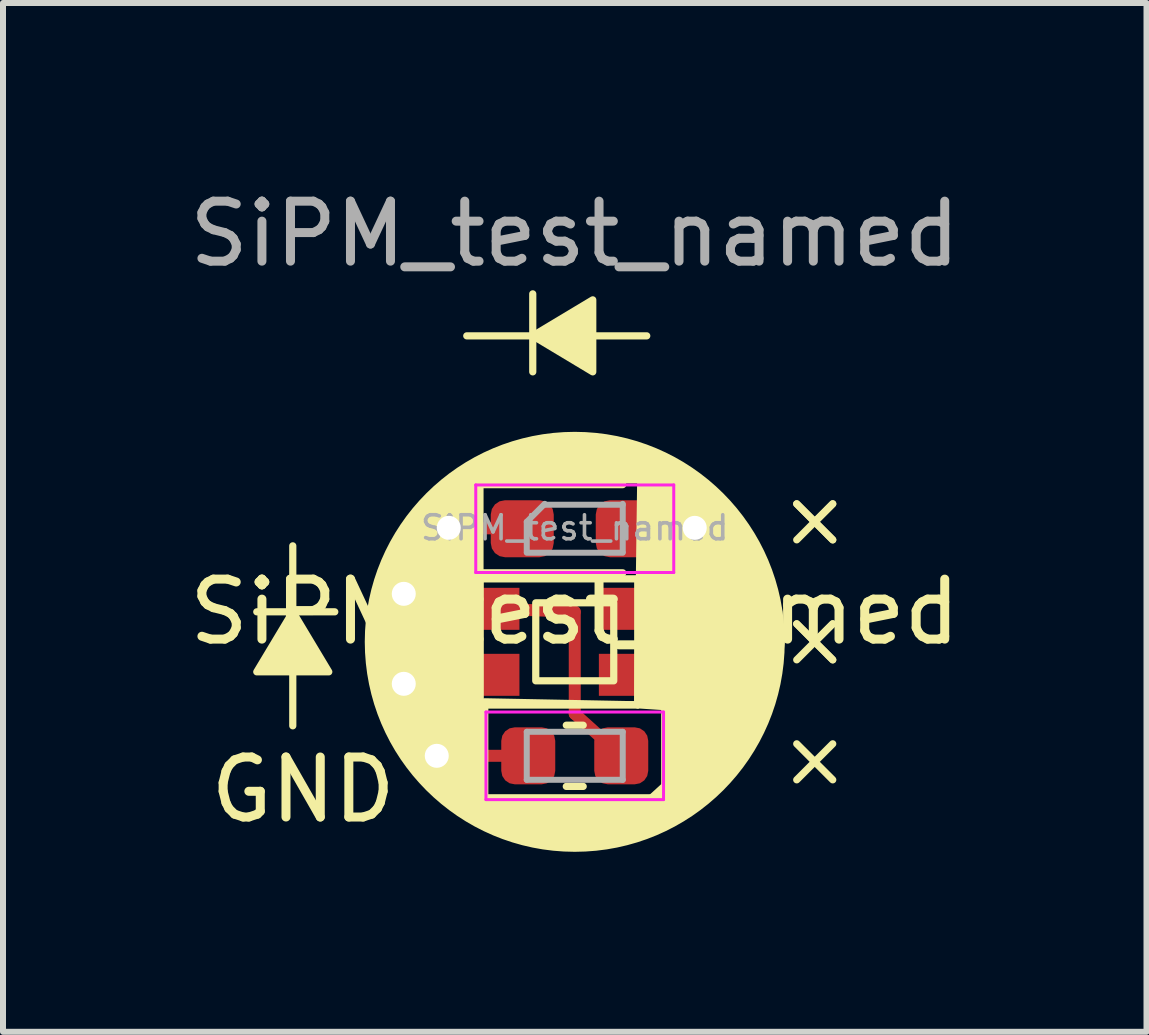
<source format=kicad_pcb>
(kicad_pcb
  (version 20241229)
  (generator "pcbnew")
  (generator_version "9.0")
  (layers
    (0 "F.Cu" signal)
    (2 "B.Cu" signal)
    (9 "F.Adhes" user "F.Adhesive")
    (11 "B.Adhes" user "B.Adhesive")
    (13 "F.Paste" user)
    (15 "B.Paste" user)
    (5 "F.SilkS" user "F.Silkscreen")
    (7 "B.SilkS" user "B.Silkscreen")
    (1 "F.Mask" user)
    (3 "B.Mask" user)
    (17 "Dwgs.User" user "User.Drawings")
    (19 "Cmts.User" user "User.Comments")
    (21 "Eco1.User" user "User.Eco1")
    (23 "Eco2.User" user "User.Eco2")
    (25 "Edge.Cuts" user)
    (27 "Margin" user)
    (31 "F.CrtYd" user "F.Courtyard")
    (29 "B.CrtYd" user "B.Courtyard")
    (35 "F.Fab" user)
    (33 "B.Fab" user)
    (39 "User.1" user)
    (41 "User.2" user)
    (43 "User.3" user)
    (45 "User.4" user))
  (footprint "SiPM_test_named"
    (layer "F.Cu")
    (at 6.53 7.648)
    (property "Reference" "SiPM_test_named" (at 0 -0.5 0) (unlocked yes) (layer "F.SilkS") (effects (font (size 1 1) (thickness 0.15))))
    (attr smd)
    (fp_line (start -2.85 -0.8) (end -2.3 -0.55) (stroke (width 0.2) (type default)) (layer "F.Cu"))
    (fp_line (start -2.85 0.7) (end -2.3 0.5) (stroke (width 0.2) (type default)) (layer "F.Cu"))
    (fp_line (start -2.3 -0.55) (end -1.272 -0.55) (stroke (width 0.2) (type default)) (layer "F.Cu"))
    (fp_line (start -2.1 -1.9) (end -0.875 -1.885) (stroke (width 0.2) (type default)) (layer "F.Cu"))
    (fp_line (start -1.272 -0.55) (end 0 -0.5) (stroke (width 0.2) (type default)) (layer "F.Cu"))
    (fp_line (start -1.272 0.5) (end -2.3 0.5) (stroke (width 0.2) (type default)) (layer "F.Cu"))
    (fp_line (start -0.775 1.9) (end -2.3 1.9) (stroke (width 0.2) (type default)) (layer "F.Cu"))
    (fp_line (start 0 -0.5) (end 0 1.2) (stroke (width 0.2) (type default)) (layer "F.Cu"))
    (fp_line (start 0 1.2) (end 0.775 1.9) (stroke (width 0.2) (type default)) (layer "F.Cu"))
    (fp_line (start 0.875 -1.885) (end 2 -1.9) (stroke (width 0.2) (type default)) (layer "F.Cu"))
    (fp_line (start -5.3 -0.5) (end -4 -0.5) (stroke (width 0.12) (type solid)) (layer "F.SilkS"))
    (fp_line (start -4.7 -1.6) (end -4.7 1.4) (stroke (width 0.12) (type solid)) (layer "F.SilkS"))
    (fp_line (start -1.8 -5.1) (end 1.2 -5.1) (stroke (width 0.12) (type solid)) (layer "F.SilkS"))
    (fp_line (start -1.66 -2.62) (end -1.66 -1.15) (stroke (width 0.12) (type solid)) (layer "F.SilkS"))
    (fp_line (start -1.66 -1.15) (end 0.8 -1.15) (stroke (width 0.12) (type solid)) (layer "F.SilkS"))
    (fp_line (start -1.58 1.05) (end -1.58 -1.05) (stroke (width 0.12) (type solid)) (layer "F.SilkS"))
    (fp_line (start -1.58 1.05) (end 1.05 1.05) (stroke (width 0.12) (type solid)) (layer "F.SilkS"))
    (fp_line (start -0.7 -4.5) (end -0.7 -5.8) (stroke (width 0.12) (type solid)) (layer "F.SilkS"))
    (fp_line (start -0.141 1.39) (end 0.141 1.39) (stroke (width 0.12) (type solid)) (layer "F.SilkS"))
    (fp_line (start -0.141 2.41) (end 0.141 2.41) (stroke (width 0.12) (type solid)) (layer "F.SilkS"))
    (fp_line (start 0.8 -2.62) (end -1.66 -2.62) (stroke (width 0.12) (type solid)) (layer "F.SilkS"))
    (fp_line (start 1.05 -1.05) (end -1.58 -1.05) (stroke (width 0.12) (type solid)) (layer "F.SilkS"))
    (fp_line (start 1.05 -1.05) (end 1.05 1.05) (stroke (width 0.12) (type solid)) (layer "F.SilkS"))
    (fp_line (start 3.7 -2.3) (end 4 -2) (stroke (width 0.12) (type solid)) (layer "F.SilkS"))
    (fp_line (start 3.7 -0.3) (end 4 0) (stroke (width 0.12) (type solid)) (layer "F.SilkS"))
    (fp_line (start 4 -2) (end 3.7 -2.3) (stroke (width 0.12) (type solid)) (layer "F.SilkS"))
    (fp_line (start 4 -2) (end 3.7 -1.7) (stroke (width 0.12) (type solid)) (layer "F.SilkS"))
    (fp_line (start 4 -2) (end 4.3 -2.3) (stroke (width 0.12) (type solid)) (layer "F.SilkS"))
    (fp_line (start 4 -2) (end 4.3 -1.7) (stroke (width 0.12) (type solid)) (layer "F.SilkS"))
    (fp_line (start 4 0) (end 3.7 -0.3) (stroke (width 0.12) (type solid)) (layer "F.SilkS"))
    (fp_line (start 4 0) (end 3.7 0.3) (stroke (width 0.12) (type solid)) (layer "F.SilkS"))
    (fp_line (start 4 0) (end 4.3 -0.3) (stroke (width 0.12) (type solid)) (layer "F.SilkS"))
    (fp_line (start 4 0) (end 4.3 0.3) (stroke (width 0.12) (type solid)) (layer "F.SilkS"))
    (fp_line (start 4 2) (end 3.7 1.7) (stroke (width 0.12) (type solid)) (layer "F.SilkS"))
    (fp_line (start 4 2) (end 3.7 2.3) (stroke (width 0.12) (type solid)) (layer "F.SilkS"))
    (fp_line (start 4 2) (end 4.3 1.7) (stroke (width 0.12) (type solid)) (layer "F.SilkS"))
    (fp_line (start 4 2) (end 4.3 2.3) (stroke (width 0.12) (type solid)) (layer "F.SilkS"))
    (fp_line (start 4.3 -2.3) (end 4 -2) (stroke (width 0.12) (type solid)) (layer "F.SilkS"))
    (fp_line (start 4.3 -1.7) (end 4 -2) (stroke (width 0.12) (type solid)) (layer "F.SilkS"))
    (fp_line (start 4.3 -0.3) (end 4 0) (stroke (width 0.12) (type solid)) (layer "F.SilkS"))
    (fp_line (start 4.3 0.3) (end 4 0) (stroke (width 0.12) (type solid)) (layer "F.SilkS"))
    (fp_circle (center 0 0) (end 3.44 0) (stroke (width 0.12) (type solid)) (fill no) (layer "F.SilkS"))
    (fp_poly (pts (xy -4.7 -0.5) (xy -5.3 0.5) (xy -4.1 0.5)) (stroke (width 0.12) (type solid)) (fill yes) (layer "F.SilkS"))
    (fp_poly (pts (xy -0.7 -5.1) (xy 0.3 -4.5) (xy 0.3 -5.7)) (stroke (width 0.12) (type solid)) (fill yes) (layer "F.SilkS"))
    (fp_poly (pts (xy -1.5 2.6) (xy 1.6 2.6) (xy 0.4 3.4) (xy -0.4 3.4)) (stroke (width 0.12) (type solid)) (fill yes) (layer "F.SilkS"))
    (fp_poly (pts (xy -0.65 -0.65) (xy 0.65 -0.65) (xy 0.65 0.65) (xy -0.65 0.65)) (stroke (width 0.12) (type solid)) (fill no) (layer "F.SilkS"))
    (fp_poly (pts (xy 1.05 1.05) (xy 1.8 1.1) (xy 1.7 -1.2) (xy 1.1 -2.7)) (stroke (width 0.12) (type solid)) (fill yes) (layer "F.SilkS"))
    (fp_poly (pts (xy 1.1 -3.2) (xy 1.3 -2.7) (xy -1.6 -2.7) (xy -1.58 -3) (xy -1.1 -3.2) (xy -0.4 -3.4) (xy 0.2 -3.4)) (stroke (width 0.12) (type solid)) (fill yes) (layer "F.SilkS"))
    (fp_poly (pts (xy -1.58 1.05) (xy 1.05 1.05) (xy -1.5 1) (xy -1.5 2.6) (xy -0.4 3.4) (xy -1.2 3.2) (xy -1.6 3) (xy -1.9 2.8) (xy -2.4 2.4) (xy -2.8 1.9) (xy -3.2 1.2) (xy -3.4 0.4) (xy -3.4 -0.2) (xy -3.2 -1.2) (xy -2.8 -1.9) (xy -2.3 -2.5) (xy -1.58 -3)) (stroke (width 0.12) (type solid)) (fill yes) (layer "F.SilkS"))
    (fp_poly (pts (xy 1.6 -3) (xy 2.1 -2.7) (xy 2.5 -2.3) (xy 2.9 -1.8) (xy 3.1 -1.4) (xy 3.2 -1.2) (xy 3.4 -0.5) (xy 3.44 0) (xy 3.375 0.6) (xy 3.2 1.2) (xy 2.8 1.9) (xy 2.2 2.6) (xy 1.6 3) (xy 1.2 3.2) (xy 0.4 3.4) (xy 1.5 2.4) (xy 1.5 1) (xy 1.1 -3.2)) (stroke (width 0.12) (type solid)) (fill yes) (layer "F.SilkS"))
    (fp_line (start -1.65 -2.615) (end 1.65 -2.615) (stroke (width 0.05) (type solid)) (layer "F.CrtYd"))
    (fp_line (start -1.65 -1.155) (end -1.65 -2.615) (stroke (width 0.05) (type solid)) (layer "F.CrtYd"))
    (fp_line (start -1.48 1.17) (end 1.48 1.17) (stroke (width 0.05) (type solid)) (layer "F.CrtYd"))
    (fp_line (start -1.48 2.63) (end -1.48 1.17) (stroke (width 0.05) (type solid)) (layer "F.CrtYd"))
    (fp_line (start 1.48 1.17) (end 1.48 2.63) (stroke (width 0.05) (type solid)) (layer "F.CrtYd"))
    (fp_line (start 1.48 2.63) (end -1.48 2.63) (stroke (width 0.05) (type solid)) (layer "F.CrtYd"))
    (fp_line (start 1.65 -2.615) (end 1.65 -1.155) (stroke (width 0.05) (type solid)) (layer "F.CrtYd"))
    (fp_line (start 1.65 -1.155) (end -1.65 -1.155) (stroke (width 0.05) (type solid)) (layer "F.CrtYd"))
    (fp_line (start -0.8 -2) (end -0.8 -1.5) (stroke (width 0.1) (type solid)) (layer "F.Fab"))
    (fp_line (start -0.8 -1.485) (end 0.8 -1.485) (stroke (width 0.1) (type solid)) (layer "F.Fab"))
    (fp_line (start -0.8 1.5) (end 0.8 1.5) (stroke (width 0.1) (type solid)) (layer "F.Fab"))
    (fp_line (start -0.8 2.3) (end -0.8 1.5) (stroke (width 0.1) (type solid)) (layer "F.Fab"))
    (fp_line (start -0.5 -2.3) (end -0.8 -2) (stroke (width 0.1) (type solid)) (layer "F.Fab"))
    (fp_line (start 0.8 -2.285) (end -0.5 -2.285) (stroke (width 0.1) (type solid)) (layer "F.Fab"))
    (fp_line (start 0.8 -1.5) (end 0.8 -2.3) (stroke (width 0.1) (type solid)) (layer "F.Fab"))
    (fp_line (start 0.8 1.5) (end 0.8 2.3) (stroke (width 0.1) (type solid)) (layer "F.Fab"))
    (fp_line (start 0.8 2.3) (end -0.8 2.3) (stroke (width 0.1) (type solid)) (layer "F.Fab"))
    (fp_text user "GND" (at -6.15 3.05 0) (unlocked yes) (layer "F.SilkS") (effects (font (size 1 1) (thickness 0.15)) (justify left bottom)))
    (fp_text user "${REFERENCE}" (at 0 -6.8 0) (unlocked yes) (layer "F.Fab") (effects (font (size 1 1) (thickness 0.15))))
    (fp_text user "${REFERENCE}" (at 0 -1.9 0) (layer "F.Fab") (effects (font (size 0.4 0.4) (thickness 0.06))))
    (pad "GND" thru_hole circle (at -2.3 1.9) (size 0.8 0.8) (drill 0.4) (layers "*.Cu"))
    (pad "LED_A" thru_hole circle (at 2 -1.9) (size 0.8 0.8) (drill 0.4) (layers "*.Cu"))
    (pad "LED_C" thru_hole circle (at -2.1 -1.9) (size 0.8 0.8) (drill 0.4) (layers "*.Cu"))
    (pad "SiPM_A" thru_hole circle (at -2.85 0.7) (size 0.8 0.8) (drill 0.4) (layers "*.Cu"))
    (pad "SiPM_C" thru_hole circle (at -2.85 -0.8) (size 0.8 0.8) (drill 0.4) (layers "*.Cu"))
    (pad "pad1" smd roundrect (at -0.875 -1.885) (size 1.05 0.95) (layers "F.Cu" "F.Mask" "F.Paste") (roundrect_rratio 0.25))
    (pad "pad2" smd roundrect (at -0.775 1.9) (size 0.9 0.95) (layers "F.Cu" "F.Mask" "F.Paste") (roundrect_rratio 0.25))
    (pad "pad3" smd rect (at 0.752 -0.55) (size 0.7 0.7) (layers "F.Cu" "F.Mask" "F.Paste"))
    (pad "pad4" smd rect (at -1.272 -0.55) (size 0.7 0.7) (layers "F.Cu" "F.Mask" "F.Paste"))
    (pad "pad5" smd roundrect (at 0.775 1.9) (size 0.9 0.95) (layers "F.Cu" "F.Mask" "F.Paste") (roundrect_rratio 0.25))
    (pad "pad6" smd roundrect (at 0.875 -1.885) (size 1.05 0.95) (layers "F.Cu" "F.Mask" "F.Paste") (roundrect_rratio 0.25))
    (pad "pad7" smd rect (at -1.272 0.55) (size 0.7 0.7) (layers "F.Cu" "F.Mask" "F.Paste"))
    (pad "pad8" smd rect (at 0.752 0.55) (size 0.7 0.7) (layers "F.Cu" "F.Mask" "F.Paste")))
  (gr_rect
    (start -3 -3)
    (end 16.06 14.148)
    (stroke (width 0.1) (type default))
    (fill no)
    (layer "Edge.Cuts")))
</source>
